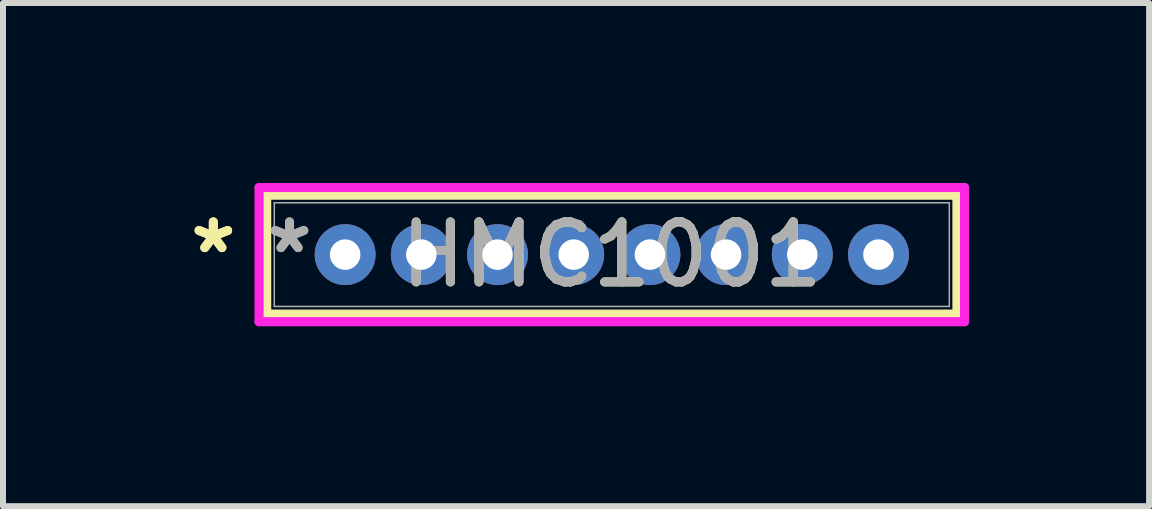
<source format=kicad_pcb>
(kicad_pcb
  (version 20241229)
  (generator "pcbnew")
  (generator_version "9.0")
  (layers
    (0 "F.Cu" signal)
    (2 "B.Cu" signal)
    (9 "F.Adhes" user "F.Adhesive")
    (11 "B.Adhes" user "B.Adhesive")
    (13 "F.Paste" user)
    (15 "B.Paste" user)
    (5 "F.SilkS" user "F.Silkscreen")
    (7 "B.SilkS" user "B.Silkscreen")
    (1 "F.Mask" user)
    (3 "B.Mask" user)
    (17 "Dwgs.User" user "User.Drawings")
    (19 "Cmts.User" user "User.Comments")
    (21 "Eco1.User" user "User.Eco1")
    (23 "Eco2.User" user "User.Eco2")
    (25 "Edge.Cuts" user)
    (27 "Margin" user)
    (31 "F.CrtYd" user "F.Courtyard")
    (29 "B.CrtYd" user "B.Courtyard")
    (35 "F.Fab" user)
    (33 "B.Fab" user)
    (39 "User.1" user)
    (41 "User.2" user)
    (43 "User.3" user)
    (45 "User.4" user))
  (footprint "HMC1001"
    (layer "F.Cu")
    (at 2.703 1.194)
    (property "Reference" "HMC1001" (at 4.445 0 0) (unlocked yes) (layer "F.SilkS") (effects (font (size 1 1) (thickness 0.15))))
    (attr through_hole)
    (fp_line (start -1.308 -0.991) (end -1.308 0.991) (stroke (width 0.152) (type solid)) (layer "F.SilkS"))
    (fp_line (start -1.308 0.991) (end 10.198 0.991) (stroke (width 0.152) (type solid)) (layer "F.SilkS"))
    (fp_line (start 10.198 -0.991) (end -1.308 -0.991) (stroke (width 0.152) (type solid)) (layer "F.SilkS"))
    (fp_line (start 10.198 0.991) (end 10.198 -0.991) (stroke (width 0.152) (type solid)) (layer "F.SilkS"))
    (fp_line (start -1.435 -1.118) (end 10.325 -1.118) (stroke (width 0.152) (type solid)) (layer "F.CrtYd"))
    (fp_line (start -1.435 1.118) (end -1.435 -1.118) (stroke (width 0.152) (type solid)) (layer "F.CrtYd"))
    (fp_line (start 10.325 -1.118) (end 10.325 1.118) (stroke (width 0.152) (type solid)) (layer "F.CrtYd"))
    (fp_line (start 10.325 1.118) (end -1.435 1.118) (stroke (width 0.152) (type solid)) (layer "F.CrtYd"))
    (fp_line (start -1.181 -0.864) (end -1.181 0.864) (stroke (width 0.025) (type solid)) (layer "F.Fab"))
    (fp_line (start -1.181 0.864) (end 10.071 0.864) (stroke (width 0.025) (type solid)) (layer "F.Fab"))
    (fp_line (start 10.071 -0.864) (end -1.181 -0.864) (stroke (width 0.025) (type solid)) (layer "F.Fab"))
    (fp_line (start 10.071 0.864) (end 10.071 -0.864) (stroke (width 0.025) (type solid)) (layer "F.Fab"))
    (fp_text user "*" (at -2.197 0 0) (unlocked yes) (layer "F.SilkS") (effects (font (size 1 1) (thickness 0.15))))
    (fp_text user "*" (at -2.197 0 0) (layer "F.SilkS") (effects (font (size 1 1) (thickness 0.15))))
    (fp_text user "*" (at -0.927 0 0) (layer "F.Fab") (effects (font (size 1 1) (thickness 0.15))))
    (fp_text user "${REFERENCE}" (at 4.445 0 0) (unlocked yes) (layer "F.Fab") (effects (font (size 1 1) (thickness 0.15))))
    (fp_text user "*" (at -0.927 0 0) (unlocked yes) (layer "F.Fab") (effects (font (size 1 1) (thickness 0.15))))
    (pad "1" thru_hole circle (at 0 0) (size 1.016 1.016) (drill 0.508) (layers "*.Cu" "*.Mask"))
    (pad "2" thru_hole circle (at 1.27 0) (size 1.016 1.016) (drill 0.508) (layers "*.Cu" "*.Mask"))
    (pad "3" thru_hole circle (at 2.54 0) (size 1.016 1.016) (drill 0.508) (layers "*.Cu" "*.Mask"))
    (pad "4" thru_hole circle (at 3.81 0) (size 1.016 1.016) (drill 0.508) (layers "*.Cu" "*.Mask"))
    (pad "5" thru_hole circle (at 5.08 0) (size 1.016 1.016) (drill 0.508) (layers "*.Cu" "*.Mask"))
    (pad "6" thru_hole circle (at 6.35 0) (size 1.016 1.016) (drill 0.508) (layers "*.Cu" "*.Mask"))
    (pad "7" thru_hole circle (at 7.62 0) (size 1.016 1.016) (drill 0.508) (layers "*.Cu" "*.Mask"))
    (pad "8" thru_hole circle (at 8.89 0) (size 1.016 1.016) (drill 0.508) (layers "*.Cu" "*.Mask")))
  (gr_rect
    (start -3 -3)
    (end 16.104 5.388)
    (stroke (width 0.1) (type default))
    (fill no)
    (layer "Edge.Cuts")))
</source>
